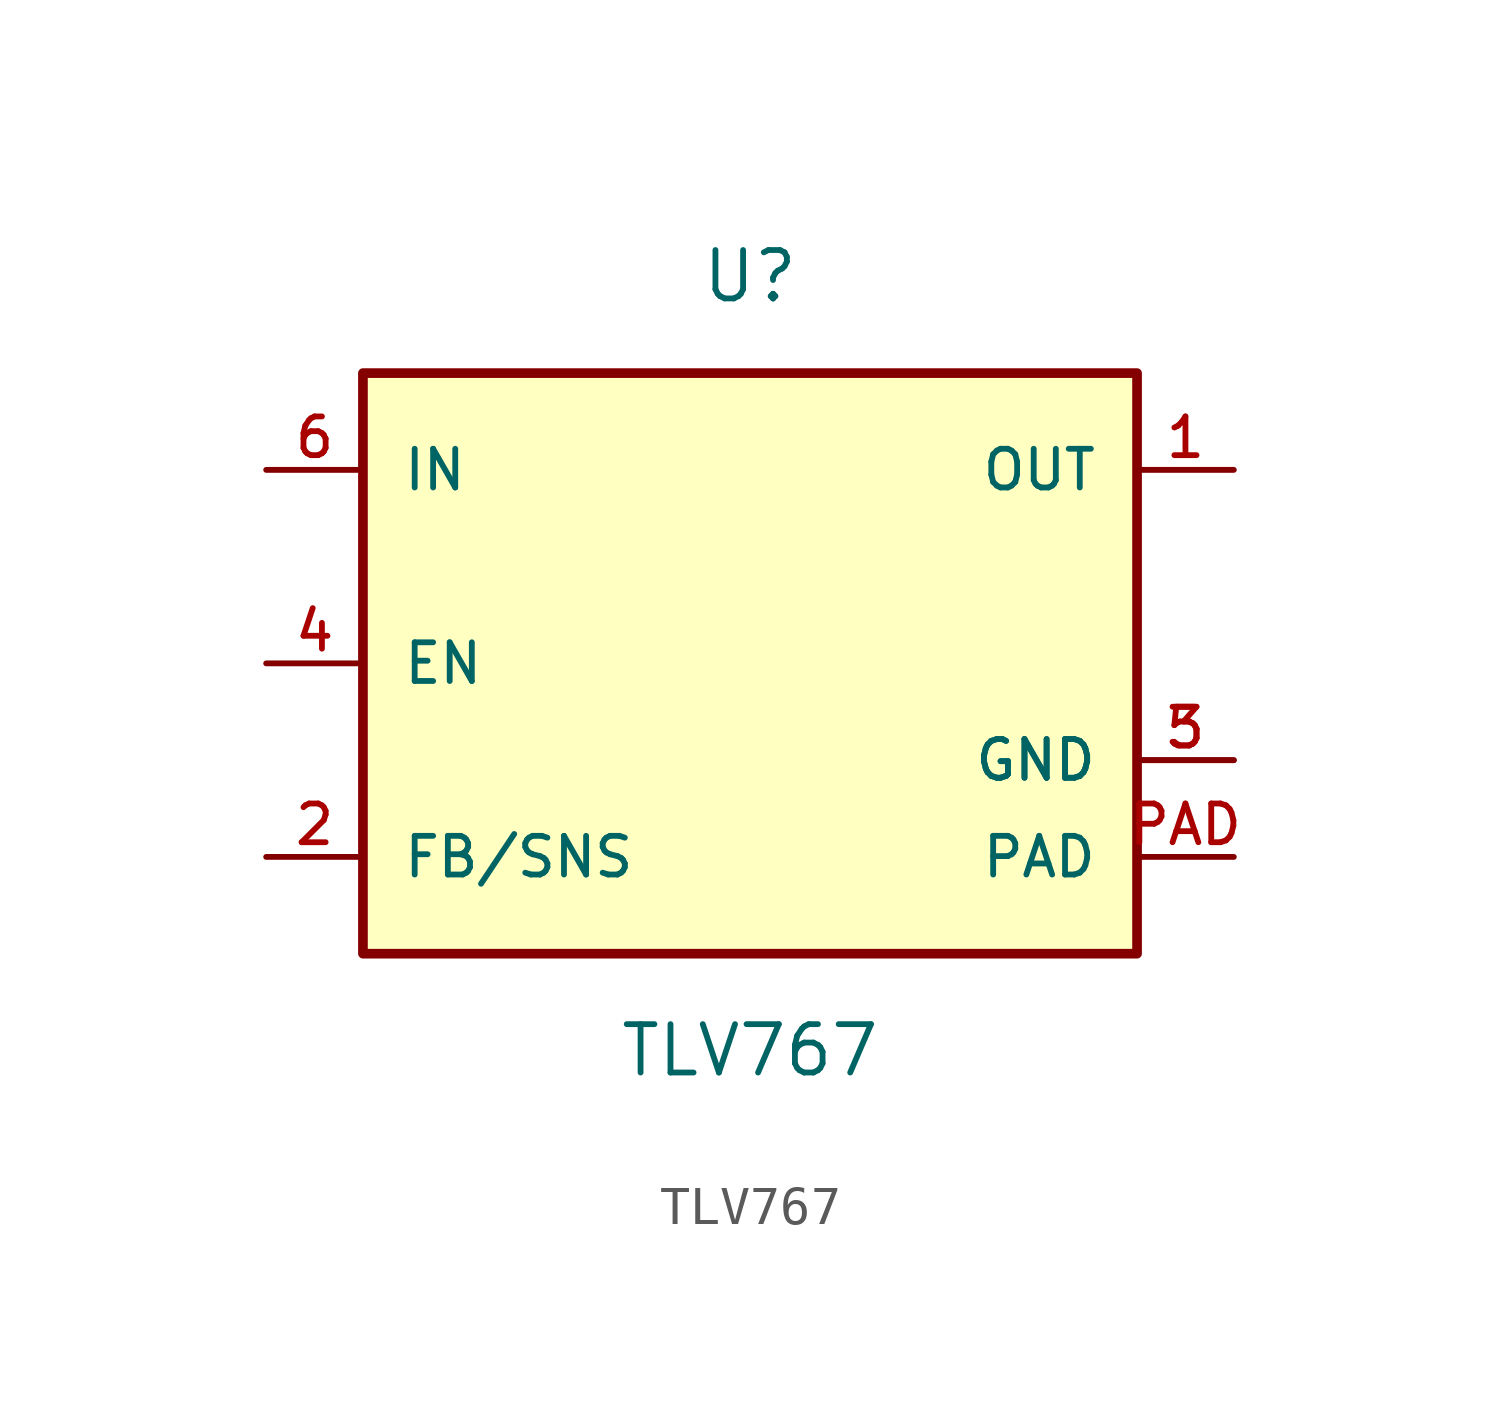
<source format=kicad_sym>
(kicad_symbol_lib
  (version 20211014)
  (generator kicad_symbol_editor)
  (symbol "TLV767"
    (pin_names
      (offset 1.016))
    (property "Reference" "U"
      (at 0.0 10.16 0)
      (effects (font (size 1.27 1.27))))
    (property "Value" "TLV767"
      (at 0.0 -10.16 0)
      (effects (font (size 1.27 1.27))))
    (symbol "TLV767_0_0"
      (rectangle (start -10.16 -7.62) (end 10.16 7.62) (stroke (width 0.254)) (fill (type background)))
      (pin input line (at -12.7 0.0 0) (length 2.54) (name "EN" (effects (font (size 1.016 1.016)))) (number "4" (effects (font (size 1.016 1.016)))))
      (pin power_in line (at 12.7 -2.54 180.0) (length 2.54) (name "GND" (effects (font (size 1.016 1.016)))) (number "3" (effects (font (size 1.016 1.016)))))
      (pin power_in line (at 12.7 -2.54 180.0) (length 2.54) (name "GND" (effects (font (size 1.016 1.016)))) (number "5" (effects (font (size 1.016 1.016)))))
      (pin power_in line (at 12.7 5.08 180.0) (length 2.54) (name "OUT" (effects (font (size 1.016 1.016)))) (number "1" (effects (font (size 1.016 1.016)))))
      (pin power_in line (at -12.7 5.08 0) (length 2.54) (name "IN" (effects (font (size 1.016 1.016)))) (number "6" (effects (font (size 1.016 1.016)))))
      (pin input line (at -12.7 -5.08 0) (length 2.54) (name "FB/SNS" (effects (font (size 1.016 1.016)))) (number "2" (effects (font (size 1.016 1.016)))))
      (pin power_in line (at 12.7 -5.08 180.0) (length 2.54) (name "PAD" (effects (font (size 1.016 1.016)))) (number "PAD" (effects (font (size 1.016 1.016))))))))
</source>
